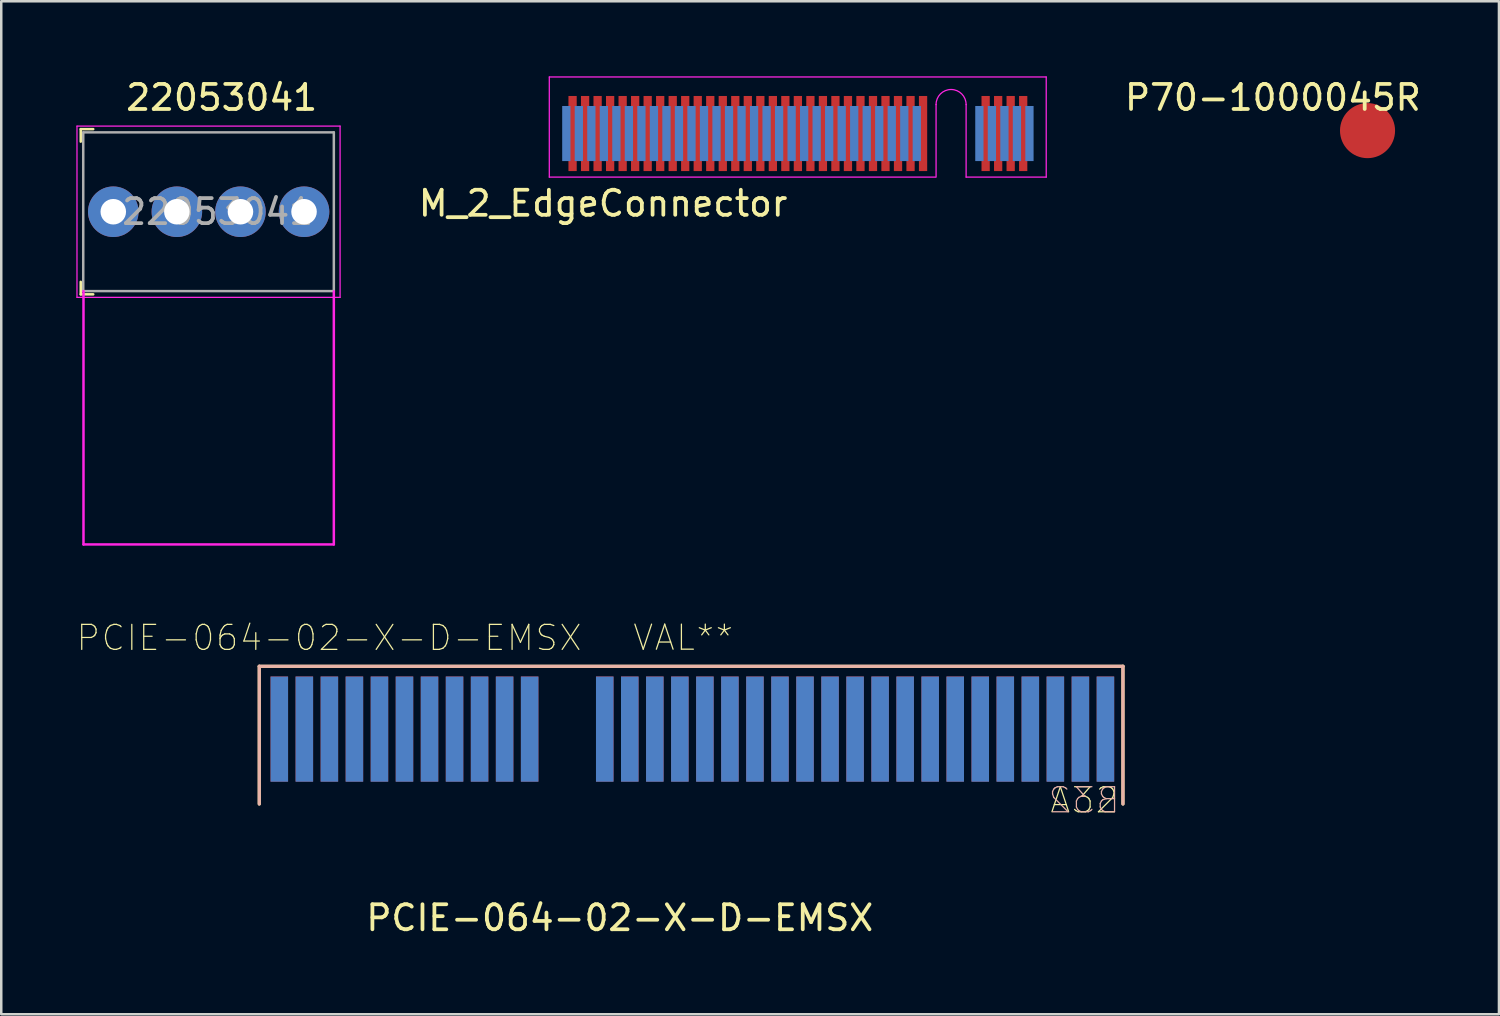
<source format=kicad_pcb>
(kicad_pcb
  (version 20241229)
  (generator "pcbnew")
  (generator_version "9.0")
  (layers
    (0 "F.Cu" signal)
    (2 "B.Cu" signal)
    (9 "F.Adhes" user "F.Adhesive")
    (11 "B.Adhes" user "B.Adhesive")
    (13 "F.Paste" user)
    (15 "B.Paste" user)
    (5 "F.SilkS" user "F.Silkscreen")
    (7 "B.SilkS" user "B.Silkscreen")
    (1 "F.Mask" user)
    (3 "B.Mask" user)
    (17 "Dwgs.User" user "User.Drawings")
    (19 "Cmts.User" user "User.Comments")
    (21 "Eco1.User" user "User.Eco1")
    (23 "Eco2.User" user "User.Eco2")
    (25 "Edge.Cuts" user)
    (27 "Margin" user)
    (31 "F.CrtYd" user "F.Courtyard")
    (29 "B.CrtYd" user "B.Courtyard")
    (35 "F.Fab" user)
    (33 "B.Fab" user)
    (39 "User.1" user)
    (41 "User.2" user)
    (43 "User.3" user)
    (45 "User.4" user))
  (footprint "PCIE-064-02-X-D-EMSX"
    (layer "F.Cu")
    (at 19.957 26.216)
    (property "Reference" "PCIE-064-02-X-D-EMSX" (at 1.75 7.4 0) (layer "F.SilkS") (effects (font (size 1 1) (thickness 0.15))))
    (attr through_hole)
    (fp_line (start -12.65 -2.65) (end 21.85 -2.65) (stroke (width 0.127) (type solid)) (layer "F.SilkS"))
    (fp_line (start -12.65 2.85) (end -12.65 -2.65) (stroke (width 0.127) (type solid)) (layer "F.SilkS"))
    (fp_line (start 21.85 -2.65) (end 21.85 2.85) (stroke (width 0.127) (type solid)) (layer "F.SilkS"))
    (fp_line (start -12.65 -2.65) (end 21.85 -2.65) (stroke (width 0.127) (type solid)) (layer "B.SilkS"))
    (fp_line (start -12.65 2.85) (end -12.65 -2.65) (stroke (width 0.127) (type solid)) (layer "B.SilkS"))
    (fp_line (start 21.85 -2.65) (end 21.85 2.85) (stroke (width 0.127) (type solid)) (layer "B.SilkS"))
    (fp_line (start -15.05 3.35) (end 24.25 3.35) (stroke (width 0.127) (type solid)) (layer "Eco2.User"))
    (fp_line (start 24.25 3.35) (end -15.05 3.35) (stroke (width 0.127) (type solid)) (layer "Eco2.User"))
    (fp_text user "VAL**" (at 4.284 -3.794 0) (layer "F.SilkS") (effects (font (size 1.001 1.001) (thickness 0.05))))
    (fp_text user "A32" (at 20.3 2.7 0) (layer "F.SilkS") (effects (font (size 1 1) (thickness 0.05))))
    (fp_text user "PCIE-064-02-X-D-EMSX" (at -9.861 -3.786 0) (layer "F.SilkS") (effects (font (size 1 1) (thickness 0.05))))
    (fp_text user "B32" (at 20.3 2.7 0) (layer "B.SilkS") (effects (font (size 1 1) (thickness 0.05)) (justify mirror)))
    (pad "A1" smd rect (at -11.85 -0.14) (size 0.7 4.2) (layers "F.Mask" "B.Cu" "F.Paste"))
    (pad "A2" smd rect (at -10.85 -0.14) (size 0.7 4.2) (layers "F.Mask" "B.Cu" "F.Paste"))
    (pad "A3" smd rect (at -9.85 -0.14) (size 0.7 4.2) (layers "F.Mask" "B.Cu" "F.Paste"))
    (pad "A4" smd rect (at -8.85 -0.14) (size 0.7 4.2) (layers "F.Mask" "B.Cu" "F.Paste"))
    (pad "A5" smd rect (at -7.85 -0.14) (size 0.7 4.2) (layers "F.Mask" "B.Cu" "F.Paste"))
    (pad "A6" smd rect (at -6.85 -0.14) (size 0.7 4.2) (layers "F.Mask" "B.Cu" "F.Paste"))
    (pad "A7" smd rect (at -5.85 -0.14) (size 0.7 4.2) (layers "F.Mask" "B.Cu" "F.Paste"))
    (pad "A8" smd rect (at -4.85 -0.14) (size 0.7 4.2) (layers "F.Mask" "B.Cu" "F.Paste"))
    (pad "A9" smd rect (at -3.85 -0.14) (size 0.7 4.2) (layers "F.Mask" "B.Cu" "F.Paste"))
    (pad "A10" smd rect (at -2.85 -0.14) (size 0.7 4.2) (layers "F.Mask" "B.Cu" "F.Paste"))
    (pad "A11" smd rect (at -1.85 -0.14) (size 0.7 4.2) (layers "F.Mask" "B.Cu" "F.Paste"))
    (pad "A12" smd rect (at 1.15 -0.14) (size 0.7 4.2) (layers "F.Mask" "B.Cu" "F.Paste"))
    (pad "A13" smd rect (at 2.15 -0.14) (size 0.7 4.2) (layers "F.Mask" "B.Cu" "F.Paste"))
    (pad "A14" smd rect (at 3.15 -0.14) (size 0.7 4.2) (layers "F.Mask" "B.Cu" "F.Paste"))
    (pad "A15" smd rect (at 4.15 -0.14) (size 0.7 4.2) (layers "F.Mask" "B.Cu" "F.Paste"))
    (pad "A16" smd rect (at 5.15 -0.14) (size 0.7 4.2) (layers "F.Mask" "B.Cu" "F.Paste"))
    (pad "A17" smd rect (at 6.15 -0.14) (size 0.7 4.2) (layers "F.Mask" "B.Cu" "F.Paste"))
    (pad "A18" smd rect (at 7.15 -0.14) (size 0.7 4.2) (layers "F.Mask" "B.Cu" "F.Paste"))
    (pad "A19" smd rect (at 8.15 -0.14) (size 0.7 4.2) (layers "F.Mask" "B.Cu" "F.Paste"))
    (pad "A20" smd rect (at 9.15 -0.14) (size 0.7 4.2) (layers "F.Mask" "B.Cu" "F.Paste"))
    (pad "A21" smd rect (at 10.15 -0.14) (size 0.7 4.2) (layers "F.Mask" "B.Cu" "F.Paste"))
    (pad "A22" smd rect (at 11.15 -0.14) (size 0.7 4.2) (layers "F.Mask" "B.Cu" "F.Paste"))
    (pad "A23" smd rect (at 12.15 -0.14) (size 0.7 4.2) (layers "F.Mask" "B.Cu" "F.Paste"))
    (pad "A24" smd rect (at 13.15 -0.14) (size 0.7 4.2) (layers "F.Mask" "B.Cu" "F.Paste"))
    (pad "A25" smd rect (at 14.15 -0.14) (size 0.7 4.2) (layers "F.Mask" "B.Cu" "F.Paste"))
    (pad "A26" smd rect (at 15.15 -0.14) (size 0.7 4.2) (layers "F.Mask" "B.Cu" "F.Paste"))
    (pad "A27" smd rect (at 16.15 -0.14) (size 0.7 4.2) (layers "F.Mask" "B.Cu" "F.Paste"))
    (pad "A28" smd rect (at 17.15 -0.14) (size 0.7 4.2) (layers "F.Mask" "B.Cu" "F.Paste"))
    (pad "A29" smd rect (at 18.15 -0.14) (size 0.7 4.2) (layers "F.Mask" "B.Cu" "F.Paste"))
    (pad "A30" smd rect (at 19.15 -0.14) (size 0.7 4.2) (layers "F.Mask" "B.Cu" "F.Paste"))
    (pad "A31" smd rect (at 20.15 -0.14) (size 0.7 4.2) (layers "F.Mask" "B.Cu" "F.Paste"))
    (pad "A32" smd rect (at 21.15 -0.14) (size 0.7 4.2) (layers "F.Mask" "B.Cu" "F.Paste"))
    (pad "B1" smd rect (at -11.85 -0.145) (size 0.7 4.2) (layers "F.Cu" "B.Mask" "B.Paste"))
    (pad "B2" smd rect (at -10.85 -0.145) (size 0.7 4.2) (layers "F.Cu" "B.Mask" "B.Paste"))
    (pad "B3" smd rect (at -9.85 -0.145) (size 0.7 4.2) (layers "F.Cu" "B.Mask" "B.Paste"))
    (pad "B4" smd rect (at -8.85 -0.145) (size 0.7 4.2) (layers "F.Cu" "B.Mask" "B.Paste"))
    (pad "B5" smd rect (at -7.85 -0.145) (size 0.7 4.2) (layers "F.Cu" "B.Mask" "B.Paste"))
    (pad "B6" smd rect (at -6.85 -0.145) (size 0.7 4.2) (layers "F.Cu" "B.Mask" "B.Paste"))
    (pad "B7" smd rect (at -5.85 -0.145) (size 0.7 4.2) (layers "F.Cu" "B.Mask" "B.Paste"))
    (pad "B8" smd rect (at -4.85 -0.145) (size 0.7 4.2) (layers "F.Cu" "B.Mask" "B.Paste"))
    (pad "B9" smd rect (at -3.85 -0.145) (size 0.7 4.2) (layers "F.Cu" "B.Mask" "B.Paste"))
    (pad "B10" smd rect (at -2.85 -0.145) (size 0.7 4.2) (layers "F.Cu" "B.Mask" "B.Paste"))
    (pad "B11" smd rect (at -1.85 -0.145) (size 0.7 4.2) (layers "F.Cu" "B.Mask" "B.Paste"))
    (pad "B12" smd rect (at 1.15 -0.145) (size 0.7 4.2) (layers "F.Cu" "B.Mask" "B.Paste"))
    (pad "B13" smd rect (at 2.15 -0.145) (size 0.7 4.2) (layers "F.Cu" "B.Mask" "B.Paste"))
    (pad "B14" smd rect (at 3.15 -0.145) (size 0.7 4.2) (layers "F.Cu" "B.Mask" "B.Paste"))
    (pad "B15" smd rect (at 4.15 -0.145) (size 0.7 4.2) (layers "F.Cu" "B.Mask" "B.Paste"))
    (pad "B16" smd rect (at 5.15 -0.145) (size 0.7 4.2) (layers "F.Cu" "B.Mask" "B.Paste"))
    (pad "B17" smd rect (at 6.15 -0.145) (size 0.7 4.2) (layers "F.Cu" "B.Mask" "B.Paste"))
    (pad "B18" smd rect (at 7.15 -0.145) (size 0.7 4.2) (layers "F.Cu" "B.Mask" "B.Paste"))
    (pad "B19" smd rect (at 8.15 -0.145) (size 0.7 4.2) (layers "F.Cu" "B.Mask" "B.Paste"))
    (pad "B20" smd rect (at 9.15 -0.145) (size 0.7 4.2) (layers "F.Cu" "B.Mask" "B.Paste"))
    (pad "B21" smd rect (at 10.15 -0.145) (size 0.7 4.2) (layers "F.Cu" "B.Mask" "B.Paste"))
    (pad "B22" smd rect (at 11.15 -0.145) (size 0.7 4.2) (layers "F.Cu" "B.Mask" "B.Paste"))
    (pad "B23" smd rect (at 12.15 -0.145) (size 0.7 4.2) (layers "F.Cu" "B.Mask" "B.Paste"))
    (pad "B24" smd rect (at 13.15 -0.145) (size 0.7 4.2) (layers "F.Cu" "B.Mask" "B.Paste"))
    (pad "B25" smd rect (at 14.15 -0.145) (size 0.7 4.2) (layers "F.Cu" "B.Mask" "B.Paste"))
    (pad "B26" smd rect (at 15.15 -0.145) (size 0.7 4.2) (layers "F.Cu" "B.Mask" "B.Paste"))
    (pad "B27" smd rect (at 16.15 -0.145) (size 0.7 4.2) (layers "F.Cu" "B.Mask" "B.Paste"))
    (pad "B28" smd rect (at 17.15 -0.145) (size 0.7 4.2) (layers "F.Cu" "B.Mask" "B.Paste"))
    (pad "B29" smd rect (at 18.15 -0.145) (size 0.7 4.2) (layers "F.Cu" "B.Mask" "B.Paste"))
    (pad "B30" smd rect (at 19.15 -0.145) (size 0.7 4.2) (layers "F.Cu" "B.Mask" "B.Paste"))
    (pad "B31" smd rect (at 20.15 -0.145) (size 0.7 4.2) (layers "F.Cu" "B.Mask" "B.Paste"))
    (pad "B32" smd rect (at 21.15 -0.145) (size 0.7 4.2) (layers "F.Cu" "B.Mask" "B.Paste")))
  (footprint "P70-1000045R"
    (layer "F.Cu")
    (at 51.577 2.158)
    (property "Reference" "P70-1000045R" (at -3.78 -1.31 0) (layer "F.SilkS") (effects (font (size 1 1) (thickness 0.15))))
    (attr through_hole)
    (pad "1" smd circle (at 0 0.01) (size 2.2 2.2) (layers "F.Cu" "F.Mask" "F.Paste")))
  (footprint "22053041"
    (layer "F.Cu")
    (at 1.475 5.408)
    (property "Reference" "22053041" (at 4.33 -4.56 0) (layer "F.SilkS") (effects (font (size 1 1) (thickness 0.15))))
    (attr through_hole)
    (fp_line (start -1.3 -3.3) (end -1.3 -2.8) (stroke (width 0.1) (type solid)) (layer "F.SilkS"))
    (fp_line (start -1.3 -3.3) (end -0.8 -3.3) (stroke (width 0.1) (type solid)) (layer "F.SilkS"))
    (fp_line (start -1.3 3.3) (end -1.3 2.8) (stroke (width 0.1) (type solid)) (layer "F.SilkS"))
    (fp_line (start -1.3 3.3) (end -0.8 3.3) (stroke (width 0.1) (type solid)) (layer "F.SilkS"))
    (fp_line (start -1.45 -3.42) (end -1.45 3.42) (stroke (width 0.05) (type solid)) (layer "F.CrtYd"))
    (fp_line (start -1.19 3.17) (end -1.19 13.29) (stroke (width 0.1) (type solid)) (layer "F.CrtYd"))
    (fp_line (start -1.19 13.29) (end 8.81 13.29) (stroke (width 0.1) (type solid)) (layer "F.CrtYd"))
    (fp_line (start 8.81 13.29) (end 8.81 3.18) (stroke (width 0.1) (type solid)) (layer "F.CrtYd"))
    (fp_line (start 9.06 -3.42) (end -1.45 -3.42) (stroke (width 0.05) (type solid)) (layer "F.CrtYd"))
    (fp_line (start 9.06 -3.42) (end 9.06 3.42) (stroke (width 0.05) (type solid)) (layer "F.CrtYd"))
    (fp_line (start 9.06 3.42) (end -1.45 3.42) (stroke (width 0.05) (type solid)) (layer "F.CrtYd"))
    (fp_line (start -1.2 -3.17) (end -1.2 3.17) (stroke (width 0.1) (type solid)) (layer "F.Fab"))
    (fp_line (start -1.2 -3.17) (end 8.81 -3.17) (stroke (width 0.1) (type solid)) (layer "F.Fab"))
    (fp_line (start -1.2 3.17) (end 8.81 3.17) (stroke (width 0.1) (type solid)) (layer "F.Fab"))
    (fp_line (start 8.81 -3.17) (end 8.81 3.17) (stroke (width 0.1) (type solid)) (layer "F.Fab"))
    (fp_text user "${REFERENCE}" (at 4.17 0 0) (layer "F.Fab") (effects (font (size 1 1) (thickness 0.15))))
    (pad "1" thru_hole circle (at 0 0) (size 2.02 2.02) (drill 1.02) (layers "*.Cu" "*.Mask"))
    (pad "2" thru_hole circle (at 2.54 0) (size 2.02 2.02) (drill 1.02) (layers "*.Cu" "*.Mask"))
    (pad "3" thru_hole circle (at 5.08 0) (size 2.02 2.02) (drill 1.02) (layers "*.Cu" "*.Mask"))
    (pad "4" thru_hole circle (at 7.62 0) (size 2.02 2.02) (drill 1.02) (layers "*.Cu" "*.Mask")))
  (footprint "M_2_EdgeConnector"
    (layer "F.Cu")
    (at 28.817 4.025)
    (property "Reference" "M_2_EdgeConnector" (at -7.775 1.05 0) (layer "F.SilkS") (effects (font (size 1 1) (thickness 0.15))))
    (attr smd)
    (fp_line (start -9.925 -4) (end 9.925 -4) (stroke (width 0.05) (type solid)) (layer "F.CrtYd"))
    (fp_line (start -9.925 0) (end -9.925 -4) (stroke (width 0.05) (type solid)) (layer "F.CrtYd"))
    (fp_line (start -9.925 0) (end 5.5 0) (stroke (width 0.05) (type solid)) (layer "F.CrtYd"))
    (fp_line (start 5.525 0) (end 5.525 -2.9) (stroke (width 0.05) (type solid)) (layer "F.CrtYd"))
    (fp_line (start 6.725 0) (end 6.725 -2.9) (stroke (width 0.05) (type solid)) (layer "F.CrtYd"))
    (fp_line (start 6.725 0) (end 9.925 0) (stroke (width 0.05) (type solid)) (layer "F.CrtYd"))
    (fp_line (start 9.925 0) (end 9.925 -4) (stroke (width 0.05) (type solid)) (layer "F.CrtYd"))
    (fp_arc (start 5.525 -2.9) (mid 6.125 -3.5) (end 6.725 -2.9) (stroke (width 0.05) (type solid)) (layer "F.CrtYd"))
    (pad "1" smd rect (at -9.245 -1.741) (size 0.33 2.2) (layers "B.Cu" "B.Mask" "B.Paste"))
    (pad "2" smd rect (at -8.995 -1.741) (size 0.33 3) (layers "F.Cu" "F.Mask" "F.Paste"))
    (pad "3" smd rect (at -8.745 -1.741) (size 0.33 2.2) (layers "B.Cu" "B.Mask" "B.Paste"))
    (pad "4" smd rect (at -8.495 -1.741) (size 0.33 3) (layers "F.Cu" "F.Mask" "F.Paste"))
    (pad "5" smd rect (at -8.245 -1.741) (size 0.33 2.2) (layers "B.Cu" "B.Mask" "B.Paste"))
    (pad "6" smd rect (at -7.995 -1.741) (size 0.33 3) (layers "F.Cu" "F.Mask" "F.Paste"))
    (pad "7" smd rect (at -7.745 -1.741) (size 0.33 2.2) (layers "B.Cu" "B.Mask" "B.Paste"))
    (pad "8" smd rect (at -7.495 -1.741) (size 0.33 3) (layers "F.Cu" "F.Mask" "F.Paste"))
    (pad "9" smd rect (at -7.245 -1.741) (size 0.33 2.2) (layers "B.Cu" "B.Mask" "B.Paste"))
    (pad "10" smd rect (at -6.995 -1.741) (size 0.33 3) (layers "F.Cu" "F.Mask" "F.Paste"))
    (pad "11" smd rect (at -6.745 -1.741) (size 0.33 2.2) (layers "B.Cu" "B.Mask" "B.Paste"))
    (pad "12" smd rect (at -6.495 -1.741) (size 0.33 3) (layers "F.Cu" "F.Mask" "F.Paste"))
    (pad "13" smd rect (at -6.245 -1.741) (size 0.33 2.2) (layers "B.Cu" "B.Mask" "B.Paste"))
    (pad "14" smd rect (at -5.995 -1.741) (size 0.33 3) (layers "F.Cu" "F.Mask" "F.Paste"))
    (pad "15" smd rect (at -5.745 -1.741) (size 0.33 2.2) (layers "B.Cu" "B.Mask" "B.Paste"))
    (pad "16" smd rect (at -5.495 -1.741) (size 0.33 3) (layers "F.Cu" "F.Mask" "F.Paste"))
    (pad "17" smd rect (at -5.245 -1.741) (size 0.33 2.2) (layers "B.Cu" "B.Mask" "B.Paste"))
    (pad "18" smd rect (at -4.995 -1.741) (size 0.33 3) (layers "F.Cu" "F.Mask" "F.Paste"))
    (pad "19" smd rect (at -4.745 -1.741) (size 0.33 2.2) (layers "B.Cu" "B.Mask" "B.Paste"))
    (pad "20" smd rect (at -4.495 -1.741) (size 0.33 3) (layers "F.Cu" "F.Mask" "F.Paste"))
    (pad "21" smd rect (at -4.245 -1.741) (size 0.33 2.2) (layers "B.Cu" "B.Mask" "B.Paste"))
    (pad "22" smd rect (at -3.995 -1.741) (size 0.33 3) (layers "F.Cu" "F.Mask" "F.Paste"))
    (pad "23" smd rect (at -3.745 -1.741) (size 0.33 2.2) (layers "B.Cu" "B.Mask" "B.Paste"))
    (pad "24" smd rect (at -3.495 -1.741) (size 0.33 3) (layers "F.Cu" "F.Mask" "F.Paste"))
    (pad "25" smd rect (at -3.245 -1.741) (size 0.33 2.2) (layers "B.Cu" "B.Mask" "B.Paste"))
    (pad "26" smd rect (at -2.995 -1.741) (size 0.33 3) (layers "F.Cu" "F.Mask" "F.Paste"))
    (pad "27" smd rect (at -2.745 -1.741) (size 0.33 2.2) (layers "B.Cu" "B.Mask" "B.Paste"))
    (pad "28" smd rect (at -2.495 -1.741) (size 0.33 3) (layers "F.Cu" "F.Mask" "F.Paste"))
    (pad "29" smd rect (at -2.245 -1.741) (size 0.33 2.2) (layers "B.Cu" "B.Mask" "B.Paste"))
    (pad "30" smd rect (at -1.995 -1.741) (size 0.33 3) (layers "F.Cu" "F.Mask" "F.Paste"))
    (pad "31" smd rect (at -1.745 -1.741) (size 0.33 2.2) (layers "B.Cu" "B.Mask" "B.Paste"))
    (pad "32" smd rect (at -1.495 -1.741) (size 0.33 3) (layers "F.Cu" "F.Mask" "F.Paste"))
    (pad "33" smd rect (at -1.245 -1.741) (size 0.33 2.2) (layers "B.Cu" "B.Mask" "B.Paste"))
    (pad "34" smd rect (at -0.995 -1.741) (size 0.33 3) (layers "F.Cu" "F.Mask" "F.Paste"))
    (pad "35" smd rect (at -0.745 -1.741) (size 0.33 2.2) (layers "B.Cu" "B.Mask" "B.Paste"))
    (pad "36" smd rect (at -0.495 -1.741) (size 0.33 3) (layers "F.Cu" "F.Mask" "F.Paste"))
    (pad "37" smd rect (at -0.245 -1.741) (size 0.33 2.2) (layers "B.Cu" "B.Mask" "B.Paste"))
    (pad "38" smd rect (at 0.005 -1.741) (size 0.33 3) (layers "F.Cu" "F.Mask" "F.Paste"))
    (pad "39" smd rect (at 0.255 -1.741) (size 0.33 2.2) (layers "B.Cu" "B.Mask" "B.Paste"))
    (pad "40" smd rect (at 0.505 -1.741) (size 0.33 3) (layers "F.Cu" "F.Mask" "F.Paste"))
    (pad "41" smd rect (at 0.755 -1.741) (size 0.33 2.2) (layers "B.Cu" "B.Mask" "B.Paste"))
    (pad "42" smd rect (at 1.005 -1.741) (size 0.33 3) (layers "F.Cu" "F.Mask" "F.Paste"))
    (pad "43" smd rect (at 1.255 -1.741) (size 0.33 2.2) (layers "B.Cu" "B.Mask" "B.Paste"))
    (pad "44" smd rect (at 1.505 -1.741) (size 0.33 3) (layers "F.Cu" "F.Mask" "F.Paste"))
    (pad "45" smd rect (at 1.755 -1.741) (size 0.33 2.2) (layers "B.Cu" "B.Mask" "B.Paste"))
    (pad "46" smd rect (at 2.005 -1.741) (size 0.33 3) (layers "F.Cu" "F.Mask" "F.Paste"))
    (pad "47" smd rect (at 2.255 -1.741) (size 0.33 2.2) (layers "B.Cu" "B.Mask" "B.Paste"))
    (pad "48" smd rect (at 2.505 -1.741) (size 0.33 3) (layers "F.Cu" "F.Mask" "F.Paste"))
    (pad "49" smd rect (at 2.755 -1.741) (size 0.33 2.2) (layers "B.Cu" "B.Mask" "B.Paste"))
    (pad "50" smd rect (at 3.005 -1.741) (size 0.33 3) (layers "F.Cu" "F.Mask" "F.Paste"))
    (pad "51" smd rect (at 3.255 -1.741) (size 0.33 2.2) (layers "B.Cu" "B.Mask" "B.Paste"))
    (pad "52" smd rect (at 3.505 -1.741) (size 0.33 3) (layers "F.Cu" "F.Mask" "F.Paste"))
    (pad "53" smd rect (at 3.755 -1.741) (size 0.33 2.2) (layers "B.Cu" "B.Mask" "B.Paste"))
    (pad "54" smd rect (at 4.005 -1.741) (size 0.33 3) (layers "F.Cu" "F.Mask" "F.Paste"))
    (pad "55" smd rect (at 4.255 -1.741) (size 0.33 2.2) (layers "B.Cu" "B.Mask" "B.Paste"))
    (pad "56" smd rect (at 4.505 -1.741) (size 0.33 3) (layers "F.Cu" "F.Mask" "F.Paste"))
    (pad "57" smd rect (at 4.755 -1.741) (size 0.33 2.2) (layers "B.Cu" "B.Mask" "B.Paste"))
    (pad "58" smd rect (at 5.005 -1.741) (size 0.33 3) (layers "F.Cu" "F.Mask" "F.Paste"))
    (pad "67" smd rect (at 7.255 -1.741) (size 0.33 2.2) (layers "B.Cu" "B.Mask" "B.Paste"))
    (pad "68" smd rect (at 7.505 -1.741) (size 0.33 3) (layers "F.Cu" "F.Mask" "F.Paste"))
    (pad "69" smd rect (at 7.755 -1.741) (size 0.33 2.2) (layers "B.Cu" "B.Mask" "B.Paste"))
    (pad "70" smd rect (at 8.005 -1.741) (size 0.33 3) (layers "F.Cu" "F.Mask" "F.Paste"))
    (pad "71" smd rect (at 8.255 -1.741) (size 0.33 2.2) (layers "B.Cu" "B.Mask" "B.Paste"))
    (pad "72" smd rect (at 8.505 -1.741) (size 0.33 3) (layers "F.Cu" "F.Mask" "F.Paste"))
    (pad "73" smd rect (at 8.755 -1.741) (size 0.33 2.2) (layers "B.Cu" "B.Mask" "B.Paste"))
    (pad "74" smd rect (at 9.005 -1.741) (size 0.33 3) (layers "F.Cu" "F.Mask" "F.Paste"))
    (pad "75" smd rect (at 9.255 -1.741) (size 0.33 2.2) (layers "B.Cu" "B.Mask" "B.Paste")))
  (gr_rect
    (start -3 -3)
    (end 56.827 37.465)
    (stroke (width 0.1) (type default))
    (fill no)
    (layer "Edge.Cuts")))
</source>
